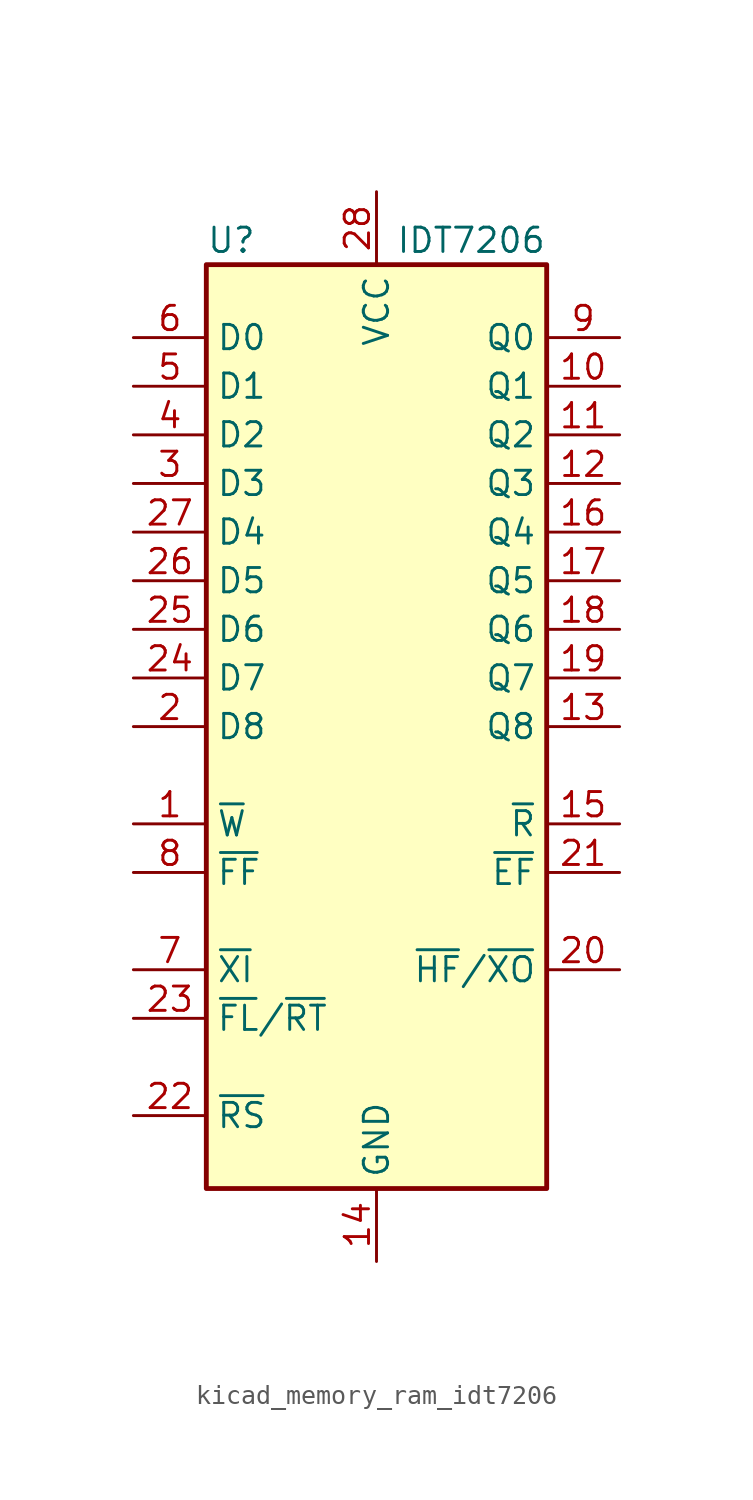
<source format=kicad_sym>
(kicad_symbol_lib
  (version 20220914)
  (generator kicad_symbol_editor)
  (symbol "kicad_memory_ram_idt7206"
    (property "Reference" "U"
      (at -8.89 25.4 0)
      (effects (font (size 1.27 1.27)) (justify left)))
    (property "Value" "IDT7206"
      (at 8.89 25.4 0)
      (effects (font (size 1.27 1.27)) (justify right)))
    (symbol "kicad_memory_ram_idt7206_0_1"
      (rectangle (start -8.89 24.13) (end 8.89 -24.13) (stroke (width 0.254) (type default)) (fill (type background)))
      (pin input line (at -12.7 -5.08 0) (length 3.81) (name "~{W}" (effects (font (size 1.27 1.27)))) (number "1" (effects (font (size 1.27 1.27)))))
      (pin output line (at 12.7 17.78 180) (length 3.81) (name "Q1" (effects (font (size 1.27 1.27)))) (number "10" (effects (font (size 1.27 1.27)))))
      (pin output line (at 12.7 15.24 180) (length 3.81) (name "Q2" (effects (font (size 1.27 1.27)))) (number "11" (effects (font (size 1.27 1.27)))))
      (pin output line (at 12.7 12.7 180) (length 3.81) (name "Q3" (effects (font (size 1.27 1.27)))) (number "12" (effects (font (size 1.27 1.27)))))
      (pin output line (at 12.7 0 180) (length 3.81) (name "Q8" (effects (font (size 1.27 1.27)))) (number "13" (effects (font (size 1.27 1.27)))))
      (pin power_in line (at 0 -27.94 90) (length 3.81) (name "GND" (effects (font (size 1.27 1.27)))) (number "14" (effects (font (size 1.27 1.27)))))
      (pin input line (at 12.7 -5.08 180) (length 3.81) (name "~{R}" (effects (font (size 1.27 1.27)))) (number "15" (effects (font (size 1.27 1.27)))))
      (pin output line (at 12.7 10.16 180) (length 3.81) (name "Q4" (effects (font (size 1.27 1.27)))) (number "16" (effects (font (size 1.27 1.27)))))
      (pin output line (at 12.7 7.62 180) (length 3.81) (name "Q5" (effects (font (size 1.27 1.27)))) (number "17" (effects (font (size 1.27 1.27)))))
      (pin output line (at 12.7 5.08 180) (length 3.81) (name "Q6" (effects (font (size 1.27 1.27)))) (number "18" (effects (font (size 1.27 1.27)))))
      (pin output line (at 12.7 2.54 180) (length 3.81) (name "Q7" (effects (font (size 1.27 1.27)))) (number "19" (effects (font (size 1.27 1.27)))))
      (pin input line (at -12.7 0 0) (length 3.81) (name "D8" (effects (font (size 1.27 1.27)))) (number "2" (effects (font (size 1.27 1.27)))))
      (pin output line (at 12.7 -12.7 180) (length 3.81) (name "~{HF}/~{XO}" (effects (font (size 1.27 1.27)))) (number "20" (effects (font (size 1.27 1.27)))))
      (pin output line (at 12.7 -7.62 180) (length 3.81) (name "~{EF}" (effects (font (size 1.27 1.27)))) (number "21" (effects (font (size 1.27 1.27)))))
      (pin input line (at -12.7 -20.32 0) (length 3.81) (name "~{RS}" (effects (font (size 1.27 1.27)))) (number "22" (effects (font (size 1.27 1.27)))))
      (pin input line (at -12.7 -15.24 0) (length 3.81) (name "~{FL}/~{RT}" (effects (font (size 1.27 1.27)))) (number "23" (effects (font (size 1.27 1.27)))))
      (pin input line (at -12.7 2.54 0) (length 3.81) (name "D7" (effects (font (size 1.27 1.27)))) (number "24" (effects (font (size 1.27 1.27)))))
      (pin input line (at -12.7 5.08 0) (length 3.81) (name "D6" (effects (font (size 1.27 1.27)))) (number "25" (effects (font (size 1.27 1.27)))))
      (pin input line (at -12.7 7.62 0) (length 3.81) (name "D5" (effects (font (size 1.27 1.27)))) (number "26" (effects (font (size 1.27 1.27)))))
      (pin input line (at -12.7 10.16 0) (length 3.81) (name "D4" (effects (font (size 1.27 1.27)))) (number "27" (effects (font (size 1.27 1.27)))))
      (pin power_in line (at 0 27.94 270) (length 3.81) (name "VCC" (effects (font (size 1.27 1.27)))) (number "28" (effects (font (size 1.27 1.27)))))
      (pin input line (at -12.7 12.7 0) (length 3.81) (name "D3" (effects (font (size 1.27 1.27)))) (number "3" (effects (font (size 1.27 1.27)))))
      (pin input line (at -12.7 15.24 0) (length 3.81) (name "D2" (effects (font (size 1.27 1.27)))) (number "4" (effects (font (size 1.27 1.27)))))
      (pin input line (at -12.7 17.78 0) (length 3.81) (name "D1" (effects (font (size 1.27 1.27)))) (number "5" (effects (font (size 1.27 1.27)))))
      (pin input line (at -12.7 20.32 0) (length 3.81) (name "D0" (effects (font (size 1.27 1.27)))) (number "6" (effects (font (size 1.27 1.27)))))
      (pin input line (at -12.7 -12.7 0) (length 3.81) (name "~{XI}" (effects (font (size 1.27 1.27)))) (number "7" (effects (font (size 1.27 1.27)))))
      (pin output line (at -12.7 -7.62 0) (length 3.81) (name "~{FF}" (effects (font (size 1.27 1.27)))) (number "8" (effects (font (size 1.27 1.27)))))
      (pin output line (at 12.7 20.32 180) (length 3.81) (name "Q0" (effects (font (size 1.27 1.27)))) (number "9" (effects (font (size 1.27 1.27))))))))
</source>
